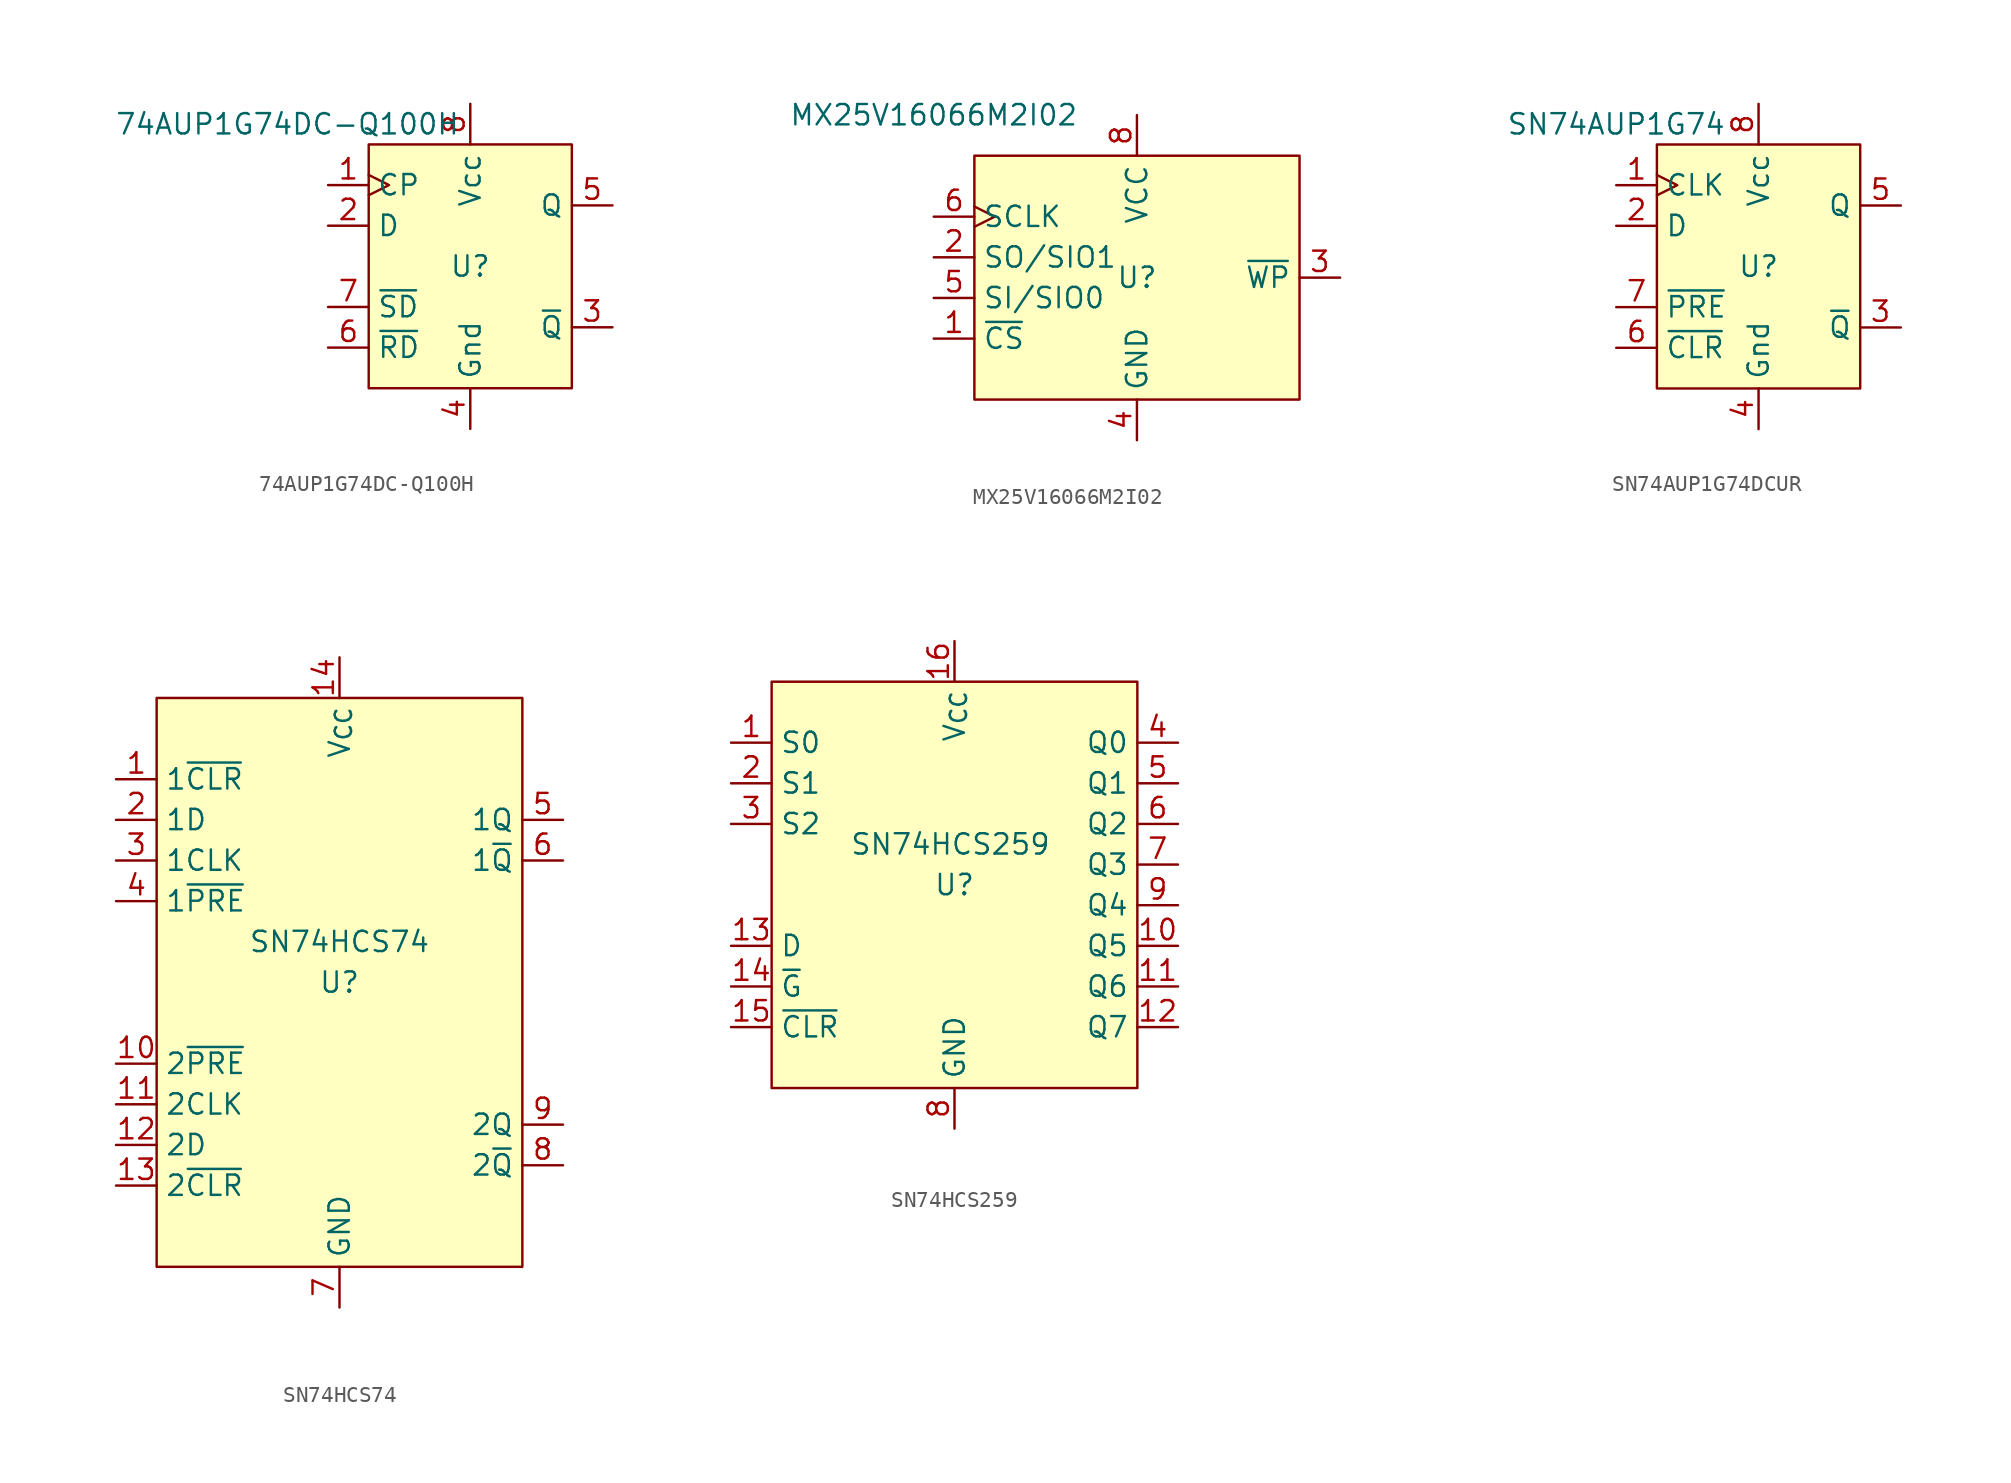
<source format=kicad_sym>
(kicad_symbol_lib
  (version 20231120)
  (generator "kicad_symbol_editor")
  (generator_version "8.0")
  (symbol "74AUP1G74DC-Q100H"
    (property "Reference" "U"
      (at 0 0 0)
      (effects (font (size 1.27 1.27))))
    (property "Value" "74AUP1G74DC-Q100H"
      (at -11.43 8.89 0)
      (effects (font (size 1.27 1.27))))
    (symbol "74AUP1G74DC-Q100H_1_1"
      (rectangle (start -6.35 7.62) (end 6.35 -7.62) (stroke (width 0) (type default)) (fill (type background)))
      (pin input clock (at -8.89 5.08 0) (length 2.54) (name "CP" (effects (font (size 1.27 1.27)))) (number "1" (effects (font (size 1.27 1.27)))))
      (pin input line (at -8.89 2.54 0) (length 2.54) (name "D" (effects (font (size 1.27 1.27)))) (number "2" (effects (font (size 1.27 1.27)))))
      (pin output line (at 8.89 -3.81 180) (length 2.54) (name "~{Q}" (effects (font (size 1.27 1.27)))) (number "3" (effects (font (size 1.27 1.27)))))
      (pin power_in line (at 0 -10.16 90) (length 2.54) (name "Gnd" (effects (font (size 1.27 1.27)))) (number "4" (effects (font (size 1.27 1.27)))))
      (pin output line (at 8.89 3.81 180) (length 2.54) (name "Q" (effects (font (size 1.27 1.27)))) (number "5" (effects (font (size 1.27 1.27)))))
      (pin input line (at -8.89 -5.08 0) (length 2.54) (name "~{RD}" (effects (font (size 1.27 1.27)))) (number "6" (effects (font (size 1.27 1.27)))))
      (pin input line (at -8.89 -2.54 0) (length 2.54) (name "~{SD}" (effects (font (size 1.27 1.27)))) (number "7" (effects (font (size 1.27 1.27)))))
      (pin power_in line (at 0 10.16 270) (length 2.54) (name "Vcc" (effects (font (size 1.27 1.27)))) (number "8" (effects (font (size 1.27 1.27)))))))
  (symbol "MX25V16066M2I02"
    (property "Reference" "U"
      (at 0 0 0)
      (effects (font (size 1.27 1.27))))
    (property "Value" "MX25V16066M2I02"
      (at -12.7 10.16 0)
      (effects (font (size 1.27 1.27))))
    (symbol "MX25V16066M2I02_1_1"
      (rectangle (start -10.16 7.62) (end 10.16 -7.62) (stroke (width 0) (type default)) (fill (type background)))
      (pin input line (at -12.7 -3.81 0) (length 2.54) (name "~{CS}" (effects (font (size 1.27 1.27)))) (number "1" (effects (font (size 1.27 1.27)))))
      (pin bidirectional line (at -12.7 1.27 0) (length 2.54) (name "SO/SIO1" (effects (font (size 1.27 1.27)))) (number "2" (effects (font (size 1.27 1.27)))))
      (pin input line (at 12.7 0 180) (length 2.54) (name "~{WP}" (effects (font (size 1.27 1.27)))) (number "3" (effects (font (size 1.27 1.27)))))
      (pin power_in line (at 0 -10.16 90) (length 2.54) (name "GND" (effects (font (size 1.27 1.27)))) (number "4" (effects (font (size 1.27 1.27)))))
      (pin bidirectional line (at -12.7 -1.27 0) (length 2.54) (name "SI/SIO0" (effects (font (size 1.27 1.27)))) (number "5" (effects (font (size 1.27 1.27)))))
      (pin input clock (at -12.7 3.81 0) (length 2.54) (name "SCLK" (effects (font (size 1.27 1.27)))) (number "6" (effects (font (size 1.27 1.27)))))
      (pin no_connect line (at 2.54 -10.16 90) (length 2.54) hide (name "NC" (effects (font (size 1.27 1.27)))) (number "7" (effects (font (size 1.27 1.27)))))
      (pin power_in line (at 0 10.16 270) (length 2.54) (name "VCC" (effects (font (size 1.27 1.27)))) (number "8" (effects (font (size 1.27 1.27)))))))
  (symbol "SN74AUP1G74DCUR"
    (property "Reference" "U"
      (at 0 0 0)
      (effects (font (size 1.27 1.27))))
    (property "Value" "SN74AUP1G74"
      (at -8.89 8.89 0)
      (effects (font (size 1.27 1.27))))
    (symbol "SN74AUP1G74DCUR_1_1"
      (rectangle (start -6.35 7.62) (end 6.35 -7.62) (stroke (width 0) (type default)) (fill (type background)))
      (pin input clock (at -8.89 5.08 0) (length 2.54) (name "CLK" (effects (font (size 1.27 1.27)))) (number "1" (effects (font (size 1.27 1.27)))))
      (pin input line (at -8.89 2.54 0) (length 2.54) (name "D" (effects (font (size 1.27 1.27)))) (number "2" (effects (font (size 1.27 1.27)))))
      (pin output line (at 8.89 -3.81 180) (length 2.54) (name "~{Q}" (effects (font (size 1.27 1.27)))) (number "3" (effects (font (size 1.27 1.27)))))
      (pin power_in line (at 0 -10.16 90) (length 2.54) (name "Gnd" (effects (font (size 1.27 1.27)))) (number "4" (effects (font (size 1.27 1.27)))))
      (pin output line (at 8.89 3.81 180) (length 2.54) (name "Q" (effects (font (size 1.27 1.27)))) (number "5" (effects (font (size 1.27 1.27)))))
      (pin input line (at -8.89 -5.08 0) (length 2.54) (name "~{CLR}" (effects (font (size 1.27 1.27)))) (number "6" (effects (font (size 1.27 1.27)))))
      (pin input line (at -8.89 -2.54 0) (length 2.54) (name "~{PRE}" (effects (font (size 1.27 1.27)))) (number "7" (effects (font (size 1.27 1.27)))))
      (pin power_in line (at 0 10.16 270) (length 2.54) (name "Vcc" (effects (font (size 1.27 1.27)))) (number "8" (effects (font (size 1.27 1.27)))))))
  (symbol "SN74HCS74"
    (property "Reference" "U"
      (at 0 0 0)
      (effects (font (size 1.27 1.27))))
    (property "Value" "SN74HCS74"
      (at 0 2.54 0)
      (effects (font (size 1.27 1.27))))
    (symbol "SN74HCS74_1_1"
      (rectangle (start -11.43 17.78) (end 11.43 -17.78) (stroke (width 0) (type default)) (fill (type background)))
      (pin input line (at -13.97 12.7 0) (length 2.54) (name "1~{CLR}" (effects (font (size 1.27 1.27)))) (number "1" (effects (font (size 1.27 1.27)))))
      (pin input line (at -13.97 -5.08 0) (length 2.54) (name "2~{PRE}" (effects (font (size 1.27 1.27)))) (number "10" (effects (font (size 1.27 1.27)))))
      (pin input line (at -13.97 -7.62 0) (length 2.54) (name "2CLK" (effects (font (size 1.27 1.27)))) (number "11" (effects (font (size 1.27 1.27)))))
      (pin input line (at -13.97 -10.16 0) (length 2.54) (name "2D" (effects (font (size 1.27 1.27)))) (number "12" (effects (font (size 1.27 1.27)))))
      (pin input line (at -13.97 -12.7 0) (length 2.54) (name "2~{CLR}" (effects (font (size 1.27 1.27)))) (number "13" (effects (font (size 1.27 1.27)))))
      (pin power_in line (at 0 20.32 270) (length 2.54) (name "V_{CC}" (effects (font (size 1.27 1.27)))) (number "14" (effects (font (size 1.27 1.27)))))
      (pin input line (at -13.97 10.16 0) (length 2.54) (name "1D" (effects (font (size 1.27 1.27)))) (number "2" (effects (font (size 1.27 1.27)))))
      (pin input line (at -13.97 7.62 0) (length 2.54) (name "1CLK" (effects (font (size 1.27 1.27)))) (number "3" (effects (font (size 1.27 1.27)))))
      (pin input line (at -13.97 5.08 0) (length 2.54) (name "1~{PRE}" (effects (font (size 1.27 1.27)))) (number "4" (effects (font (size 1.27 1.27)))))
      (pin output line (at 13.97 10.16 180) (length 2.54) (name "1Q" (effects (font (size 1.27 1.27)))) (number "5" (effects (font (size 1.27 1.27)))))
      (pin output line (at 13.97 7.62 180) (length 2.54) (name "1~{Q}" (effects (font (size 1.27 1.27)))) (number "6" (effects (font (size 1.27 1.27)))))
      (pin power_in line (at 0 -20.32 90) (length 2.54) (name "GND" (effects (font (size 1.27 1.27)))) (number "7" (effects (font (size 1.27 1.27)))))
      (pin output line (at 13.97 -11.43 180) (length 2.54) (name "2~{Q}" (effects (font (size 1.27 1.27)))) (number "8" (effects (font (size 1.27 1.27)))))
      (pin output line (at 13.97 -8.89 180) (length 2.54) (name "2Q" (effects (font (size 1.27 1.27)))) (number "9" (effects (font (size 1.27 1.27)))))))
  (symbol "SN74HCS259"
    (property "Reference" "U"
      (at 0 0 0)
      (effects (font (size 1.27 1.27))))
    (property "Value" "SN74HCS259"
      (at -0.254 2.54 0)
      (effects (font (size 1.27 1.27))))
    (symbol "SN74HCS259_1_1"
      (rectangle (start -11.43 12.7) (end 11.43 -12.7) (stroke (width 0) (type default)) (fill (type background)))
      (pin input line (at -13.97 8.89 0) (length 2.54) (name "S0" (effects (font (size 1.27 1.27)))) (number "1" (effects (font (size 1.27 1.27)))))
      (pin output line (at 13.97 -3.81 180) (length 2.54) (name "Q5" (effects (font (size 1.27 1.27)))) (number "10" (effects (font (size 1.27 1.27)))))
      (pin output line (at 13.97 -6.35 180) (length 2.54) (name "Q6" (effects (font (size 1.27 1.27)))) (number "11" (effects (font (size 1.27 1.27)))))
      (pin output line (at 13.97 -8.89 180) (length 2.54) (name "Q7" (effects (font (size 1.27 1.27)))) (number "12" (effects (font (size 1.27 1.27)))))
      (pin input line (at -13.97 -3.81 0) (length 2.54) (name "D" (effects (font (size 1.27 1.27)))) (number "13" (effects (font (size 1.27 1.27)))))
      (pin input line (at -13.97 -6.35 0) (length 2.54) (name "~{G}" (effects (font (size 1.27 1.27)))) (number "14" (effects (font (size 1.27 1.27)))))
      (pin input line (at -13.97 -8.89 0) (length 2.54) (name "~{CLR}" (effects (font (size 1.27 1.27)))) (number "15" (effects (font (size 1.27 1.27)))))
      (pin power_in line (at 0 15.24 270) (length 2.54) (name "V_{CC}" (effects (font (size 1.27 1.27)))) (number "16" (effects (font (size 1.27 1.27)))))
      (pin input line (at -13.97 6.35 0) (length 2.54) (name "S1" (effects (font (size 1.27 1.27)))) (number "2" (effects (font (size 1.27 1.27)))))
      (pin input line (at -13.97 3.81 0) (length 2.54) (name "S2" (effects (font (size 1.27 1.27)))) (number "3" (effects (font (size 1.27 1.27)))))
      (pin output line (at 13.97 8.89 180) (length 2.54) (name "Q0" (effects (font (size 1.27 1.27)))) (number "4" (effects (font (size 1.27 1.27)))))
      (pin output line (at 13.97 6.35 180) (length 2.54) (name "Q1" (effects (font (size 1.27 1.27)))) (number "5" (effects (font (size 1.27 1.27)))))
      (pin output line (at 13.97 3.81 180) (length 2.54) (name "Q2" (effects (font (size 1.27 1.27)))) (number "6" (effects (font (size 1.27 1.27)))))
      (pin output line (at 13.97 1.27 180) (length 2.54) (name "Q3" (effects (font (size 1.27 1.27)))) (number "7" (effects (font (size 1.27 1.27)))))
      (pin power_in line (at 0 -15.24 90) (length 2.54) (name "GND" (effects (font (size 1.27 1.27)))) (number "8" (effects (font (size 1.27 1.27)))))
      (pin output line (at 13.97 -1.27 180) (length 2.54) (name "Q4" (effects (font (size 1.27 1.27)))) (number "9" (effects (font (size 1.27 1.27))))))))
</source>
